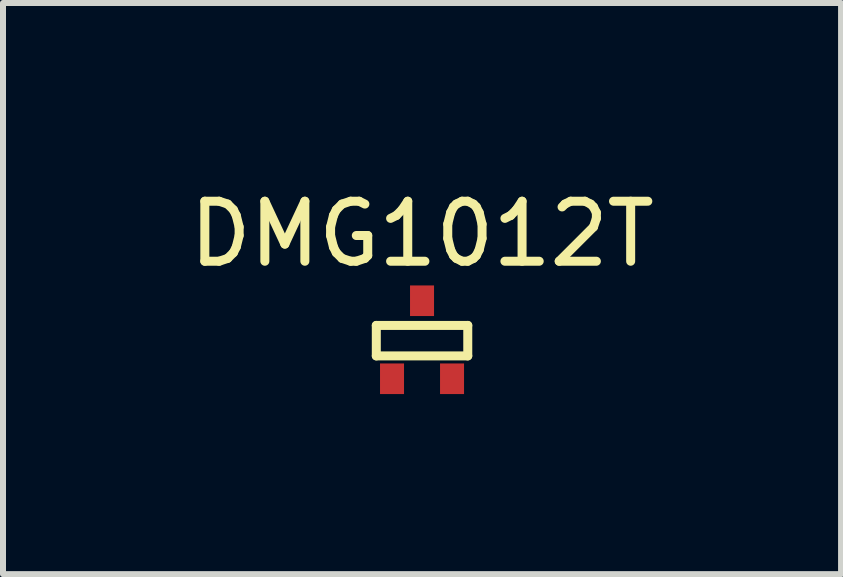
<source format=kicad_pcb>
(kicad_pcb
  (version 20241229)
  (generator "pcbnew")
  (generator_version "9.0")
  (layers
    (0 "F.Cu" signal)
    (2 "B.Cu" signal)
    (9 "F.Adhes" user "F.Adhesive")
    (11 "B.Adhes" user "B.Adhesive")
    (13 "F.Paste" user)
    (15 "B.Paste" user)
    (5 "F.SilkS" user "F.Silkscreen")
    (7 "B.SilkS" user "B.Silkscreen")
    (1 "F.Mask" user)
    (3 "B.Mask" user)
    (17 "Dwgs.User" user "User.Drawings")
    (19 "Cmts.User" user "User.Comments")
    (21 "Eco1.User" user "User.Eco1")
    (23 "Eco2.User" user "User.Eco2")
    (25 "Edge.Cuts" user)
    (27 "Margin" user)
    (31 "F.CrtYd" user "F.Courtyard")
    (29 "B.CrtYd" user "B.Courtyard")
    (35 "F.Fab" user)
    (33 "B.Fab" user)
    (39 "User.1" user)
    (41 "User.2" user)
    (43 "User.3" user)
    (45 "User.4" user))
  (footprint "DMG1012T"
    (layer "F.Cu")
    (at 3.982 3.261)
    (property "Reference" "DMG1012T" (at 0 -2.413 0) (layer "F.SilkS") (effects (font (size 1 1) (thickness 0.15))))
    (attr through_hole)
    (fp_line (start -0.762 -0.889) (end 0.762 -0.889) (stroke (width 0.15) (type solid)) (layer "F.SilkS"))
    (fp_line (start -0.762 -0.381) (end -0.762 -0.889) (stroke (width 0.15) (type solid)) (layer "F.SilkS"))
    (fp_line (start 0.762 -0.889) (end 0.762 -0.381) (stroke (width 0.15) (type solid)) (layer "F.SilkS"))
    (fp_line (start 0.762 -0.381) (end -0.762 -0.381) (stroke (width 0.15) (type solid)) (layer "F.SilkS"))
    (pad "D" smd rect (at 0 -1.3) (size 0.4 0.51) (layers "F.Cu" "F.Mask" "F.Paste"))
    (pad "G" smd rect (at -0.7 0) (size 0.4 0.51) (drill (offset 0.2 0)) (layers "F.Cu" "F.Mask" "F.Paste"))
    (pad "S" smd rect (at 0.7 0) (size 0.4 0.51) (drill (offset -0.2 0)) (layers "F.Cu" "F.Mask" "F.Paste")))
  (gr_rect
    (start -3 -3)
    (end 10.964 6.516)
    (stroke (width 0.1) (type default))
    (fill no)
    (layer "Edge.Cuts")))
</source>
